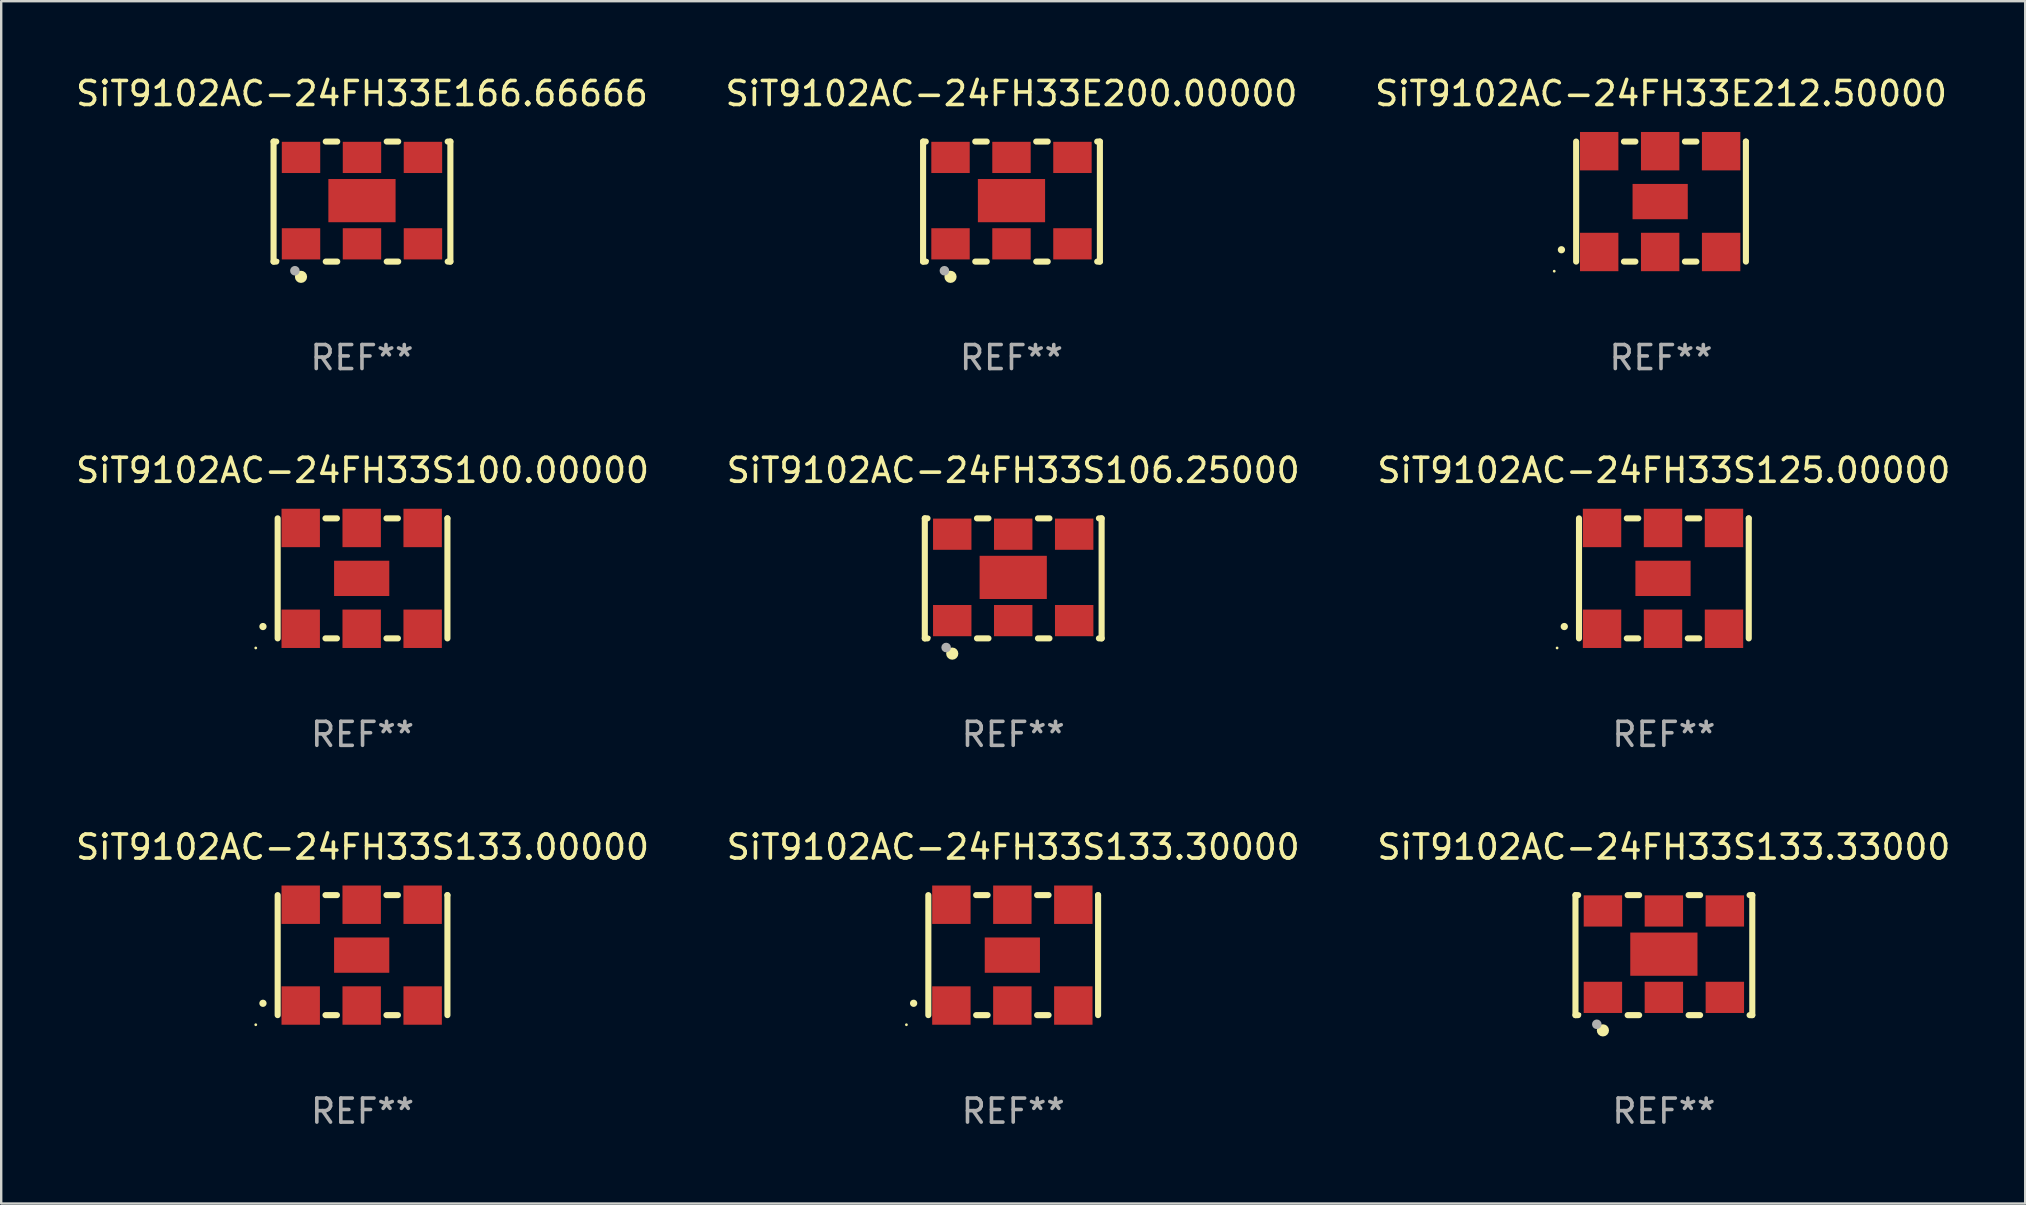
<source format=kicad_pcb>
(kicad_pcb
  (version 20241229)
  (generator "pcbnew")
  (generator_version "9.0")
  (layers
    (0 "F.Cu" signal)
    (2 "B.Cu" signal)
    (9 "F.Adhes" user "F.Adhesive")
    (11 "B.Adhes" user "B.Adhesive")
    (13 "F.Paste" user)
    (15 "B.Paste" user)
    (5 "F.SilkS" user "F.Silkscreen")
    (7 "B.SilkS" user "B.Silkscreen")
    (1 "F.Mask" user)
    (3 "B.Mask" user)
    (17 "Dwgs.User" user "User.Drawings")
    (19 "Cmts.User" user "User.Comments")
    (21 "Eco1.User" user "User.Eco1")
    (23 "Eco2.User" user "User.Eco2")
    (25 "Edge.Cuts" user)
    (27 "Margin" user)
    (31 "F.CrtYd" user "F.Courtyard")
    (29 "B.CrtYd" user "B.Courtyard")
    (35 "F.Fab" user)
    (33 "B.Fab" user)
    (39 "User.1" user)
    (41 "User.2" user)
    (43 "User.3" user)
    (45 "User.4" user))
  (footprint "SiT9102AC-24FH33S133.30000"
    (layer "F.Cu")
    (at 39.161 36.741)
    (property "Reference" "SiT9102AC-24FH33S133.30000" (at 0 -4.5 0) (layer "F.SilkS") (effects (font (size 1 1) (thickness 0.15))))
    (attr through_hole)
    (fp_line (start -3.536 -2.5) (end -3.536 2.5) (stroke (width 0.254) (type solid)) (layer "F.SilkS"))
    (fp_line (start -1.544 2.5) (end -1.067 2.5) (stroke (width 0.254) (type solid)) (layer "F.SilkS"))
    (fp_line (start -1.067 -2.5) (end -1.544 -2.5) (stroke (width 0.254) (type solid)) (layer "F.SilkS"))
    (fp_line (start 0.996 2.5) (end 1.473 2.5) (stroke (width 0.254) (type solid)) (layer "F.SilkS"))
    (fp_line (start 1.473 -2.5) (end 0.996 -2.5) (stroke (width 0.254) (type solid)) (layer "F.SilkS"))
    (fp_line (start 3.536 -2.5) (end 3.536 -2.5) (stroke (width 0.254) (type solid)) (layer "F.SilkS"))
    (fp_line (start 3.536 2.5) (end 3.536 -2.5) (stroke (width 0.254) (type solid)) (layer "F.SilkS"))
    (fp_arc (start -4.150432 2.006604) (mid -4.149162 2.006599) (end -4.147892 2.006604) (stroke (width 0.3) (type solid)) (layer "F.SilkS"))
    (fp_circle (center -4.449 2.9) (end -4.419 2.9) (stroke (width 0.06) (type solid)) (fill no) (layer "F.SilkS"))
    (fp_text user "REF**" (at 0 6.5 0) (layer "F.Fab") (effects (font (size 1 1) (thickness 0.15))))
    (pad "1" smd rect (at -2.576 2.1) (size 1.6 1.6) (layers "F.Cu" "F.Mask" "F.Paste"))
    (pad "2" smd rect (at -0.036 2.1) (size 1.6 1.6) (layers "F.Cu" "F.Mask" "F.Paste"))
    (pad "3" smd rect (at 2.504 2.1) (size 1.6 1.6) (layers "F.Cu" "F.Mask" "F.Paste"))
    (pad "4" smd rect (at 2.504 -2.1) (size 1.6 1.6) (layers "F.Cu" "F.Mask" "F.Paste"))
    (pad "5" smd rect (at -0.036 -2.1) (size 1.6 1.6) (layers "F.Cu" "F.Mask" "F.Paste"))
    (pad "6" smd rect (at -2.576 -2.1) (size 1.6 1.6) (layers "F.Cu" "F.Mask" "F.Paste"))
    (pad "7" smd rect (at -0.036 0) (size 2.3 1.47) (layers "F.Cu" "F.Mask" "F.Paste")))
  (footprint "SiT9102AC-24FH33S106.25000"
    (layer "F.Cu")
    (at 39.161 21.045)
    (property "Reference" "SiT9102AC-24FH33S106.25000" (at 0 -4.5 0) (layer "F.SilkS") (effects (font (size 1 1) (thickness 0.15))))
    (attr through_hole)
    (fp_line (start -3.683 -2.5) (end -3.571 -2.5) (stroke (width 0.254) (type solid)) (layer "F.SilkS"))
    (fp_line (start -3.683 2.5) (end -3.683 -2.5) (stroke (width 0.254) (type solid)) (layer "F.SilkS"))
    (fp_line (start -3.683 2.5) (end -3.571 2.5) (stroke (width 0.254) (type solid)) (layer "F.SilkS"))
    (fp_line (start -1.509 -2.5) (end -1.031 -2.5) (stroke (width 0.254) (type solid)) (layer "F.SilkS"))
    (fp_line (start -1.509 2.5) (end -1.031 2.5) (stroke (width 0.254) (type solid)) (layer "F.SilkS"))
    (fp_line (start 1.031 -2.5) (end 1.509 -2.5) (stroke (width 0.254) (type solid)) (layer "F.SilkS"))
    (fp_line (start 1.031 2.5) (end 1.509 2.5) (stroke (width 0.254) (type solid)) (layer "F.SilkS"))
    (fp_line (start 3.571 -2.5) (end 3.683 -2.5) (stroke (width 0.254) (type solid)) (layer "F.SilkS"))
    (fp_line (start 3.571 2.5) (end 3.683 2.5) (stroke (width 0.254) (type solid)) (layer "F.SilkS"))
    (fp_line (start 3.683 2.5) (end 3.683 -2.5) (stroke (width 0.254) (type solid)) (layer "F.SilkS"))
    (fp_circle (center -3.5 2.46) (end -3.47 2.46) (stroke (width 0.06) (type solid)) (fill no) (layer "F.SilkS"))
    (fp_circle (center -2.54 3.135) (end -2.413 3.135) (stroke (width 0.254) (type solid)) (fill no) (layer "F.SilkS"))
    (fp_circle (center -2.794 2.881) (end -2.694 2.881) (stroke (width 0.2) (type solid)) (fill no) (layer "F.Fab"))
    (fp_text user "REF**" (at 0 6.5 0) (layer "F.Fab") (effects (font (size 1 1) (thickness 0.15))))
    (pad "1" smd rect (at -2.54 1.76) (size 1.6 1.3) (layers "F.Cu" "F.Mask" "F.Paste"))
    (pad "2" smd rect (at 0 1.76) (size 1.6 1.3) (layers "F.Cu" "F.Mask" "F.Paste"))
    (pad "3" smd rect (at 2.54 1.76) (size 1.6 1.3) (layers "F.Cu" "F.Mask" "F.Paste"))
    (pad "4" smd rect (at 2.54 -1.84) (size 1.6 1.3) (layers "F.Cu" "F.Mask" "F.Paste"))
    (pad "5" smd rect (at 0 -1.84) (size 1.6 1.3) (layers "F.Cu" "F.Mask" "F.Paste"))
    (pad "6" smd rect (at -2.54 -1.84) (size 1.6 1.3) (layers "F.Cu" "F.Mask" "F.Paste"))
    (pad "7" smd rect (at 0 -0.04) (size 2.8 1.8) (layers "F.Cu" "F.Mask" "F.Paste")))
  (footprint "SiT9102AC-24FH33S100.00000"
    (layer "F.Cu")
    (at 12.054 21.045)
    (property "Reference" "SiT9102AC-24FH33S100.00000" (at 0 -4.5 0) (layer "F.SilkS") (effects (font (size 1 1) (thickness 0.15))))
    (attr through_hole)
    (fp_line (start -3.536 -2.5) (end -3.536 2.5) (stroke (width 0.254) (type solid)) (layer "F.SilkS"))
    (fp_line (start -1.544 2.5) (end -1.067 2.5) (stroke (width 0.254) (type solid)) (layer "F.SilkS"))
    (fp_line (start -1.067 -2.5) (end -1.544 -2.5) (stroke (width 0.254) (type solid)) (layer "F.SilkS"))
    (fp_line (start 0.996 2.5) (end 1.473 2.5) (stroke (width 0.254) (type solid)) (layer "F.SilkS"))
    (fp_line (start 1.473 -2.5) (end 0.996 -2.5) (stroke (width 0.254) (type solid)) (layer "F.SilkS"))
    (fp_line (start 3.536 -2.5) (end 3.536 -2.5) (stroke (width 0.254) (type solid)) (layer "F.SilkS"))
    (fp_line (start 3.536 2.5) (end 3.536 -2.5) (stroke (width 0.254) (type solid)) (layer "F.SilkS"))
    (fp_arc (start -4.150432 2.006604) (mid -4.149162 2.006599) (end -4.147892 2.006604) (stroke (width 0.3) (type solid)) (layer "F.SilkS"))
    (fp_circle (center -4.449 2.9) (end -4.419 2.9) (stroke (width 0.06) (type solid)) (fill no) (layer "F.SilkS"))
    (fp_text user "REF**" (at 0 6.5 0) (layer "F.Fab") (effects (font (size 1 1) (thickness 0.15))))
    (pad "1" smd rect (at -2.576 2.1) (size 1.6 1.6) (layers "F.Cu" "F.Mask" "F.Paste"))
    (pad "2" smd rect (at -0.036 2.1) (size 1.6 1.6) (layers "F.Cu" "F.Mask" "F.Paste"))
    (pad "3" smd rect (at 2.504 2.1) (size 1.6 1.6) (layers "F.Cu" "F.Mask" "F.Paste"))
    (pad "4" smd rect (at 2.504 -2.1) (size 1.6 1.6) (layers "F.Cu" "F.Mask" "F.Paste"))
    (pad "5" smd rect (at -0.036 -2.1) (size 1.6 1.6) (layers "F.Cu" "F.Mask" "F.Paste"))
    (pad "6" smd rect (at -2.576 -2.1) (size 1.6 1.6) (layers "F.Cu" "F.Mask" "F.Paste"))
    (pad "7" smd rect (at -0.036 0) (size 2.3 1.47) (layers "F.Cu" "F.Mask" "F.Paste")))
  (footprint "SiT9102AC-24FH33S133.00000"
    (layer "F.Cu")
    (at 12.054 36.741)
    (property "Reference" "SiT9102AC-24FH33S133.00000" (at 0 -4.5 0) (layer "F.SilkS") (effects (font (size 1 1) (thickness 0.15))))
    (attr through_hole)
    (fp_line (start -3.536 -2.5) (end -3.536 2.5) (stroke (width 0.254) (type solid)) (layer "F.SilkS"))
    (fp_line (start -1.544 2.5) (end -1.067 2.5) (stroke (width 0.254) (type solid)) (layer "F.SilkS"))
    (fp_line (start -1.067 -2.5) (end -1.544 -2.5) (stroke (width 0.254) (type solid)) (layer "F.SilkS"))
    (fp_line (start 0.996 2.5) (end 1.473 2.5) (stroke (width 0.254) (type solid)) (layer "F.SilkS"))
    (fp_line (start 1.473 -2.5) (end 0.996 -2.5) (stroke (width 0.254) (type solid)) (layer "F.SilkS"))
    (fp_line (start 3.536 -2.5) (end 3.536 -2.5) (stroke (width 0.254) (type solid)) (layer "F.SilkS"))
    (fp_line (start 3.536 2.5) (end 3.536 -2.5) (stroke (width 0.254) (type solid)) (layer "F.SilkS"))
    (fp_arc (start -4.150432 2.006604) (mid -4.149162 2.006599) (end -4.147892 2.006604) (stroke (width 0.3) (type solid)) (layer "F.SilkS"))
    (fp_circle (center -4.449 2.9) (end -4.419 2.9) (stroke (width 0.06) (type solid)) (fill no) (layer "F.SilkS"))
    (fp_text user "REF**" (at 0 6.5 0) (layer "F.Fab") (effects (font (size 1 1) (thickness 0.15))))
    (pad "1" smd rect (at -2.576 2.1) (size 1.6 1.6) (layers "F.Cu" "F.Mask" "F.Paste"))
    (pad "2" smd rect (at -0.036 2.1) (size 1.6 1.6) (layers "F.Cu" "F.Mask" "F.Paste"))
    (pad "3" smd rect (at 2.504 2.1) (size 1.6 1.6) (layers "F.Cu" "F.Mask" "F.Paste"))
    (pad "4" smd rect (at 2.504 -2.1) (size 1.6 1.6) (layers "F.Cu" "F.Mask" "F.Paste"))
    (pad "5" smd rect (at -0.036 -2.1) (size 1.6 1.6) (layers "F.Cu" "F.Mask" "F.Paste"))
    (pad "6" smd rect (at -2.576 -2.1) (size 1.6 1.6) (layers "F.Cu" "F.Mask" "F.Paste"))
    (pad "7" smd rect (at -0.036 0) (size 2.3 1.47) (layers "F.Cu" "F.Mask" "F.Paste")))
  (footprint "SiT9102AC-24FH33S125.00000"
    (layer "F.Cu")
    (at 66.268 21.045)
    (property "Reference" "SiT9102AC-24FH33S125.00000" (at 0 -4.5 0) (layer "F.SilkS") (effects (font (size 1 1) (thickness 0.15))))
    (attr through_hole)
    (fp_line (start -3.536 -2.5) (end -3.536 2.5) (stroke (width 0.254) (type solid)) (layer "F.SilkS"))
    (fp_line (start -1.544 2.5) (end -1.067 2.5) (stroke (width 0.254) (type solid)) (layer "F.SilkS"))
    (fp_line (start -1.067 -2.5) (end -1.544 -2.5) (stroke (width 0.254) (type solid)) (layer "F.SilkS"))
    (fp_line (start 0.996 2.5) (end 1.473 2.5) (stroke (width 0.254) (type solid)) (layer "F.SilkS"))
    (fp_line (start 1.473 -2.5) (end 0.996 -2.5) (stroke (width 0.254) (type solid)) (layer "F.SilkS"))
    (fp_line (start 3.536 -2.5) (end 3.536 -2.5) (stroke (width 0.254) (type solid)) (layer "F.SilkS"))
    (fp_line (start 3.536 2.5) (end 3.536 -2.5) (stroke (width 0.254) (type solid)) (layer "F.SilkS"))
    (fp_arc (start -4.150432 2.006604) (mid -4.149162 2.006599) (end -4.147892 2.006604) (stroke (width 0.3) (type solid)) (layer "F.SilkS"))
    (fp_circle (center -4.449 2.9) (end -4.419 2.9) (stroke (width 0.06) (type solid)) (fill no) (layer "F.SilkS"))
    (fp_text user "REF**" (at 0 6.5 0) (layer "F.Fab") (effects (font (size 1 1) (thickness 0.15))))
    (pad "1" smd rect (at -2.576 2.1) (size 1.6 1.6) (layers "F.Cu" "F.Mask" "F.Paste"))
    (pad "2" smd rect (at -0.036 2.1) (size 1.6 1.6) (layers "F.Cu" "F.Mask" "F.Paste"))
    (pad "3" smd rect (at 2.504 2.1) (size 1.6 1.6) (layers "F.Cu" "F.Mask" "F.Paste"))
    (pad "4" smd rect (at 2.504 -2.1) (size 1.6 1.6) (layers "F.Cu" "F.Mask" "F.Paste"))
    (pad "5" smd rect (at -0.036 -2.1) (size 1.6 1.6) (layers "F.Cu" "F.Mask" "F.Paste"))
    (pad "6" smd rect (at -2.576 -2.1) (size 1.6 1.6) (layers "F.Cu" "F.Mask" "F.Paste"))
    (pad "7" smd rect (at -0.036 0) (size 2.3 1.47) (layers "F.Cu" "F.Mask" "F.Paste")))
  (footprint "SiT9102AC-24FH33S133.33000"
    (layer "F.Cu")
    (at 66.268 36.741)
    (property "Reference" "SiT9102AC-24FH33S133.33000" (at 0 -4.5 0) (layer "F.SilkS") (effects (font (size 1 1) (thickness 0.15))))
    (attr through_hole)
    (fp_line (start -3.683 -2.5) (end -3.571 -2.5) (stroke (width 0.254) (type solid)) (layer "F.SilkS"))
    (fp_line (start -3.683 2.5) (end -3.683 -2.5) (stroke (width 0.254) (type solid)) (layer "F.SilkS"))
    (fp_line (start -3.683 2.5) (end -3.571 2.5) (stroke (width 0.254) (type solid)) (layer "F.SilkS"))
    (fp_line (start -1.509 -2.5) (end -1.031 -2.5) (stroke (width 0.254) (type solid)) (layer "F.SilkS"))
    (fp_line (start -1.509 2.5) (end -1.031 2.5) (stroke (width 0.254) (type solid)) (layer "F.SilkS"))
    (fp_line (start 1.031 -2.5) (end 1.509 -2.5) (stroke (width 0.254) (type solid)) (layer "F.SilkS"))
    (fp_line (start 1.031 2.5) (end 1.509 2.5) (stroke (width 0.254) (type solid)) (layer "F.SilkS"))
    (fp_line (start 3.571 -2.5) (end 3.683 -2.5) (stroke (width 0.254) (type solid)) (layer "F.SilkS"))
    (fp_line (start 3.571 2.5) (end 3.683 2.5) (stroke (width 0.254) (type solid)) (layer "F.SilkS"))
    (fp_line (start 3.683 2.5) (end 3.683 -2.5) (stroke (width 0.254) (type solid)) (layer "F.SilkS"))
    (fp_circle (center -3.5 2.46) (end -3.47 2.46) (stroke (width 0.06) (type solid)) (fill no) (layer "F.SilkS"))
    (fp_circle (center -2.54 3.135) (end -2.413 3.135) (stroke (width 0.254) (type solid)) (fill no) (layer "F.SilkS"))
    (fp_circle (center -2.794 2.881) (end -2.694 2.881) (stroke (width 0.2) (type solid)) (fill no) (layer "F.Fab"))
    (fp_text user "REF**" (at 0 6.5 0) (layer "F.Fab") (effects (font (size 1 1) (thickness 0.15))))
    (pad "1" smd rect (at -2.54 1.76) (size 1.6 1.3) (layers "F.Cu" "F.Mask" "F.Paste"))
    (pad "2" smd rect (at 0 1.76) (size 1.6 1.3) (layers "F.Cu" "F.Mask" "F.Paste"))
    (pad "3" smd rect (at 2.54 1.76) (size 1.6 1.3) (layers "F.Cu" "F.Mask" "F.Paste"))
    (pad "4" smd rect (at 2.54 -1.84) (size 1.6 1.3) (layers "F.Cu" "F.Mask" "F.Paste"))
    (pad "5" smd rect (at 0 -1.84) (size 1.6 1.3) (layers "F.Cu" "F.Mask" "F.Paste"))
    (pad "6" smd rect (at -2.54 -1.84) (size 1.6 1.3) (layers "F.Cu" "F.Mask" "F.Paste"))
    (pad "7" smd rect (at 0 -0.04) (size 2.8 1.8) (layers "F.Cu" "F.Mask" "F.Paste")))
  (footprint "SiT9102AC-24FH33E200.00000"
    (layer "F.Cu")
    (at 39.089 5.348)
    (property "Reference" "SiT9102AC-24FH33E200.00000" (at 0 -4.5 0) (layer "F.SilkS") (effects (font (size 1 1) (thickness 0.15))))
    (attr through_hole)
    (fp_line (start -3.683 -2.5) (end -3.571 -2.5) (stroke (width 0.254) (type solid)) (layer "F.SilkS"))
    (fp_line (start -3.683 2.5) (end -3.683 -2.5) (stroke (width 0.254) (type solid)) (layer "F.SilkS"))
    (fp_line (start -3.683 2.5) (end -3.571 2.5) (stroke (width 0.254) (type solid)) (layer "F.SilkS"))
    (fp_line (start -1.509 -2.5) (end -1.031 -2.5) (stroke (width 0.254) (type solid)) (layer "F.SilkS"))
    (fp_line (start -1.509 2.5) (end -1.031 2.5) (stroke (width 0.254) (type solid)) (layer "F.SilkS"))
    (fp_line (start 1.031 -2.5) (end 1.509 -2.5) (stroke (width 0.254) (type solid)) (layer "F.SilkS"))
    (fp_line (start 1.031 2.5) (end 1.509 2.5) (stroke (width 0.254) (type solid)) (layer "F.SilkS"))
    (fp_line (start 3.571 -2.5) (end 3.683 -2.5) (stroke (width 0.254) (type solid)) (layer "F.SilkS"))
    (fp_line (start 3.571 2.5) (end 3.683 2.5) (stroke (width 0.254) (type solid)) (layer "F.SilkS"))
    (fp_line (start 3.683 2.5) (end 3.683 -2.5) (stroke (width 0.254) (type solid)) (layer "F.SilkS"))
    (fp_circle (center -3.5 2.46) (end -3.47 2.46) (stroke (width 0.06) (type solid)) (fill no) (layer "F.SilkS"))
    (fp_circle (center -2.54 3.135) (end -2.413 3.135) (stroke (width 0.254) (type solid)) (fill no) (layer "F.SilkS"))
    (fp_circle (center -2.794 2.881) (end -2.694 2.881) (stroke (width 0.2) (type solid)) (fill no) (layer "F.Fab"))
    (fp_text user "REF**" (at 0 6.5 0) (layer "F.Fab") (effects (font (size 1 1) (thickness 0.15))))
    (pad "1" smd rect (at -2.54 1.76) (size 1.6 1.3) (layers "F.Cu" "F.Mask" "F.Paste"))
    (pad "2" smd rect (at 0 1.76) (size 1.6 1.3) (layers "F.Cu" "F.Mask" "F.Paste"))
    (pad "3" smd rect (at 2.54 1.76) (size 1.6 1.3) (layers "F.Cu" "F.Mask" "F.Paste"))
    (pad "4" smd rect (at 2.54 -1.84) (size 1.6 1.3) (layers "F.Cu" "F.Mask" "F.Paste"))
    (pad "5" smd rect (at 0 -1.84) (size 1.6 1.3) (layers "F.Cu" "F.Mask" "F.Paste"))
    (pad "6" smd rect (at -2.54 -1.84) (size 1.6 1.3) (layers "F.Cu" "F.Mask" "F.Paste"))
    (pad "7" smd rect (at 0 -0.04) (size 2.8 1.8) (layers "F.Cu" "F.Mask" "F.Paste")))
  (footprint "SiT9102AC-24FH33E212.50000"
    (layer "F.Cu")
    (at 66.149 5.348)
    (property "Reference" "SiT9102AC-24FH33E212.50000" (at 0 -4.5 0) (layer "F.SilkS") (effects (font (size 1 1) (thickness 0.15))))
    (attr through_hole)
    (fp_line (start -3.536 -2.5) (end -3.536 2.5) (stroke (width 0.254) (type solid)) (layer "F.SilkS"))
    (fp_line (start -1.544 2.5) (end -1.067 2.5) (stroke (width 0.254) (type solid)) (layer "F.SilkS"))
    (fp_line (start -1.067 -2.5) (end -1.544 -2.5) (stroke (width 0.254) (type solid)) (layer "F.SilkS"))
    (fp_line (start 0.996 2.5) (end 1.473 2.5) (stroke (width 0.254) (type solid)) (layer "F.SilkS"))
    (fp_line (start 1.473 -2.5) (end 0.996 -2.5) (stroke (width 0.254) (type solid)) (layer "F.SilkS"))
    (fp_line (start 3.536 -2.5) (end 3.536 -2.5) (stroke (width 0.254) (type solid)) (layer "F.SilkS"))
    (fp_line (start 3.536 2.5) (end 3.536 -2.5) (stroke (width 0.254) (type solid)) (layer "F.SilkS"))
    (fp_arc (start -4.150432 2.006604) (mid -4.149162 2.006599) (end -4.147892 2.006604) (stroke (width 0.3) (type solid)) (layer "F.SilkS"))
    (fp_circle (center -4.449 2.9) (end -4.419 2.9) (stroke (width 0.06) (type solid)) (fill no) (layer "F.SilkS"))
    (fp_text user "REF**" (at 0 6.5 0) (layer "F.Fab") (effects (font (size 1 1) (thickness 0.15))))
    (pad "1" smd rect (at -2.576 2.1) (size 1.6 1.6) (layers "F.Cu" "F.Mask" "F.Paste"))
    (pad "2" smd rect (at -0.036 2.1) (size 1.6 1.6) (layers "F.Cu" "F.Mask" "F.Paste"))
    (pad "3" smd rect (at 2.504 2.1) (size 1.6 1.6) (layers "F.Cu" "F.Mask" "F.Paste"))
    (pad "4" smd rect (at 2.504 -2.1) (size 1.6 1.6) (layers "F.Cu" "F.Mask" "F.Paste"))
    (pad "5" smd rect (at -0.036 -2.1) (size 1.6 1.6) (layers "F.Cu" "F.Mask" "F.Paste"))
    (pad "6" smd rect (at -2.576 -2.1) (size 1.6 1.6) (layers "F.Cu" "F.Mask" "F.Paste"))
    (pad "7" smd rect (at -0.036 0) (size 2.3 1.47) (layers "F.Cu" "F.Mask" "F.Paste")))
  (footprint "SiT9102AC-24FH33E166.66666"
    (layer "F.Cu")
    (at 12.03 5.348)
    (property "Reference" "SiT9102AC-24FH33E166.66666" (at 0 -4.5 0) (layer "F.SilkS") (effects (font (size 1 1) (thickness 0.15))))
    (attr through_hole)
    (fp_line (start -3.683 -2.5) (end -3.571 -2.5) (stroke (width 0.254) (type solid)) (layer "F.SilkS"))
    (fp_line (start -3.683 2.5) (end -3.683 -2.5) (stroke (width 0.254) (type solid)) (layer "F.SilkS"))
    (fp_line (start -3.683 2.5) (end -3.571 2.5) (stroke (width 0.254) (type solid)) (layer "F.SilkS"))
    (fp_line (start -1.509 -2.5) (end -1.031 -2.5) (stroke (width 0.254) (type solid)) (layer "F.SilkS"))
    (fp_line (start -1.509 2.5) (end -1.031 2.5) (stroke (width 0.254) (type solid)) (layer "F.SilkS"))
    (fp_line (start 1.031 -2.5) (end 1.509 -2.5) (stroke (width 0.254) (type solid)) (layer "F.SilkS"))
    (fp_line (start 1.031 2.5) (end 1.509 2.5) (stroke (width 0.254) (type solid)) (layer "F.SilkS"))
    (fp_line (start 3.571 -2.5) (end 3.683 -2.5) (stroke (width 0.254) (type solid)) (layer "F.SilkS"))
    (fp_line (start 3.571 2.5) (end 3.683 2.5) (stroke (width 0.254) (type solid)) (layer "F.SilkS"))
    (fp_line (start 3.683 2.5) (end 3.683 -2.5) (stroke (width 0.254) (type solid)) (layer "F.SilkS"))
    (fp_circle (center -3.5 2.46) (end -3.47 2.46) (stroke (width 0.06) (type solid)) (fill no) (layer "F.SilkS"))
    (fp_circle (center -2.54 3.135) (end -2.413 3.135) (stroke (width 0.254) (type solid)) (fill no) (layer "F.SilkS"))
    (fp_circle (center -2.794 2.881) (end -2.694 2.881) (stroke (width 0.2) (type solid)) (fill no) (layer "F.Fab"))
    (fp_text user "REF**" (at 0 6.5 0) (layer "F.Fab") (effects (font (size 1 1) (thickness 0.15))))
    (pad "1" smd rect (at -2.54 1.76) (size 1.6 1.3) (layers "F.Cu" "F.Mask" "F.Paste"))
    (pad "2" smd rect (at 0 1.76) (size 1.6 1.3) (layers "F.Cu" "F.Mask" "F.Paste"))
    (pad "3" smd rect (at 2.54 1.76) (size 1.6 1.3) (layers "F.Cu" "F.Mask" "F.Paste"))
    (pad "4" smd rect (at 2.54 -1.84) (size 1.6 1.3) (layers "F.Cu" "F.Mask" "F.Paste"))
    (pad "5" smd rect (at 0 -1.84) (size 1.6 1.3) (layers "F.Cu" "F.Mask" "F.Paste"))
    (pad "6" smd rect (at -2.54 -1.84) (size 1.6 1.3) (layers "F.Cu" "F.Mask" "F.Paste"))
    (pad "7" smd rect (at 0 -0.04) (size 2.8 1.8) (layers "F.Cu" "F.Mask" "F.Paste")))
  (gr_rect
    (start -3 -3)
    (end 81.321 47.09)
    (stroke (width 0.1) (type default))
    (fill no)
    (layer "Edge.Cuts")))
</source>
